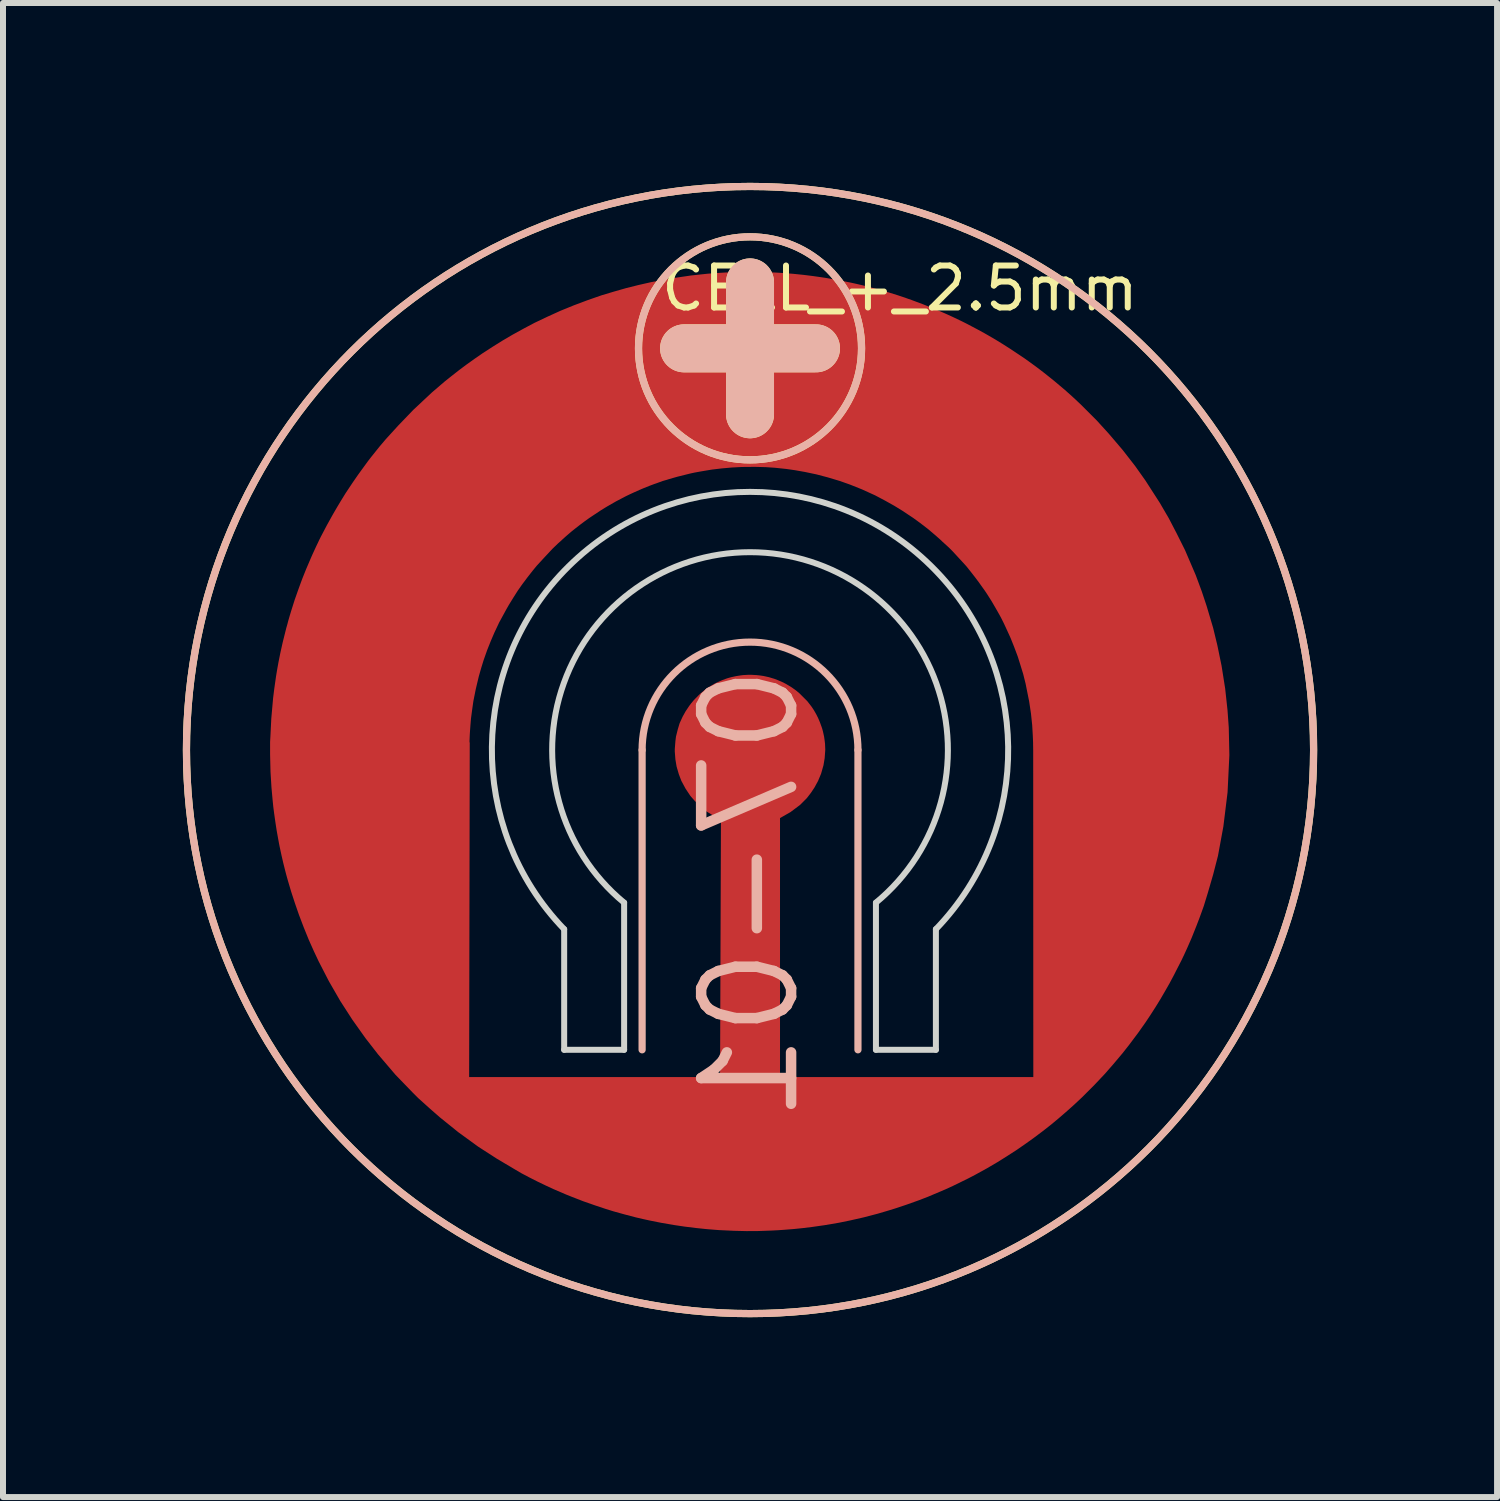
<source format=kicad_pcb>
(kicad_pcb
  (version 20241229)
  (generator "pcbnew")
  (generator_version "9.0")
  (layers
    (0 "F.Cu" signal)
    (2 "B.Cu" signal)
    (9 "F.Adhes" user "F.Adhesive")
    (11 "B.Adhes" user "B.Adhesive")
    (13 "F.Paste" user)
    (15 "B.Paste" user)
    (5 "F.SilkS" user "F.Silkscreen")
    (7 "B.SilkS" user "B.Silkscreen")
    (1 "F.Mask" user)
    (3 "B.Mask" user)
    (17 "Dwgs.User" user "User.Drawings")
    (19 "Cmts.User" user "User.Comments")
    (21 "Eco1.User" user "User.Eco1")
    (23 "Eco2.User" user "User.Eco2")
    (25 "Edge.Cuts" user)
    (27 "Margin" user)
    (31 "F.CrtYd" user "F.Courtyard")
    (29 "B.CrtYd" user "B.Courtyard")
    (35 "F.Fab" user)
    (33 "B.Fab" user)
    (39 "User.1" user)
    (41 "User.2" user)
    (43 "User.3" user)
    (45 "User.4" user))
  (footprint "CELL_+_2.5mm"
    (layer "F.Cu")
    (at 9.46 9.46)
    (property "Reference" "CELL_+_2.5mm" (at 2.5 -7.7 0) (layer "F.SilkS") (effects (font (size 0.7 0.7) (thickness 0.1))))
    (property "Number" "07-01" (at 0 0 0) (layer "F.Fab") (hide yes) (effects (font (size 1.27 1.27) (thickness 0.15))))
    (attr through_hole exclude_from_pos_files exclude_from_bom)
    (fp_line (start -1.1 -6.7) (end 1.1 -6.7) (stroke (width 0.8) (type solid)) (layer "F.SilkS"))
    (fp_line (start 0 -5.6) (end 0 -7.8) (stroke (width 0.8) (type solid)) (layer "F.SilkS"))
    (fp_circle (center 0 -6.7) (end 1.86 -6.7) (stroke (width 0.12) (type solid)) (fill no) (layer "F.SilkS"))
    (fp_circle (center 0 0) (end 9.4 0) (stroke (width 0.12) (type solid)) (fill no) (layer "F.SilkS"))
    (fp_line (start -1.8 0) (end -1.8 5) (stroke (width 0.12) (type solid)) (layer "B.SilkS"))
    (fp_line (start -1.1 -6.7) (end 1.1 -6.7) (stroke (width 0.8) (type solid)) (layer "B.SilkS"))
    (fp_line (start 0 -5.6) (end 0 -7.8) (stroke (width 0.8) (type solid)) (layer "B.SilkS"))
    (fp_line (start 1.8 0) (end 1.8 5) (stroke (width 0.12) (type solid)) (layer "B.SilkS"))
    (fp_arc (start -1.8 0) (mid 0 -1.8) (end 1.8 0) (stroke (width 0.12) (type solid)) (layer "B.SilkS"))
    (fp_circle (center 0 -6.7) (end 1.86 -6.7) (stroke (width 0.12) (type solid)) (fill no) (layer "B.SilkS"))
    (fp_circle (center 0 0) (end 9.4 0) (stroke (width 0.12) (type solid)) (fill no) (layer "B.SilkS"))
    (fp_line (start -3.1 2.988) (end -3.1 5) (stroke (width 0.1) (type solid)) (layer "Edge.Cuts"))
    (fp_line (start -3.1 5) (end -2.1 5) (stroke (width 0.1) (type solid)) (layer "Edge.Cuts"))
    (fp_line (start -2.1 5) (end -2.1 2.546) (stroke (width 0.1) (type solid)) (layer "Edge.Cuts"))
    (fp_line (start 2.1 2.546) (end 2.1 5) (stroke (width 0.1) (type solid)) (layer "Edge.Cuts"))
    (fp_line (start 2.1 5) (end 3.1 5) (stroke (width 0.1) (type solid)) (layer "Edge.Cuts"))
    (fp_line (start 3.1 5) (end 3.1 2.988) (stroke (width 0.1) (type solid)) (layer "Edge.Cuts"))
    (fp_arc (start -3.1 2.9884) (mid 0 -4.305892) (end 3.1 2.9884) (stroke (width 0.1) (type solid)) (layer "Edge.Cuts"))
    (fp_arc (start -2.1 2.5458) (mid 0 -3.300101) (end 2.1 2.5458) (stroke (width 0.1) (type solid)) (layer "Edge.Cuts"))
    (fp_text user "${Number}" (at 0 2.4 90) (unlocked yes) (layer "B.SilkS") (effects (font (size 1.5 1.5) (thickness 0.175)) (justify mirror)))
    (pad "" smd circle (at 0 0) (size 2.5 2.5) (layers "F.Mask"))
    (pad "" smd circle (at 0 0) (size 5.6 5.6) (layers "F.Paste"))
    (pad "1" smd custom (at -0.005 0.095) (size 1 1) (layers "F.Cu") (options (anchor rect)) (primitives (gr_poly (pts (xy 0.11 -1.345) (xy 0.16 -1.34) (xy 0.23 -1.33) (xy 0.32 -1.31) (xy 0.41 -1.283) (xy 0.47 -1.26) (xy 0.54 -1.23) (xy 0.6 -1.2) (xy 0.7 -1.14) (xy 0.77 -1.09) (xy 0.83 -1.04) (xy 0.96 -0.91) (xy 1.03 -0.82) (xy 1.07 -0.76) (xy 1.11 -0.69) (xy 1.14 -0.63) (xy 1.17 -0.56) (xy 1.199 -0.48) (xy 1.209 -0.45) (xy 1.22 -0.41) (xy 1.229 -0.37) (xy 1.24 -0.32) (xy 1.25 -0.25) (xy 1.256 -0.2) (xy 1.258 -0.15) (xy 1.26 -0.1) (xy 1.25 0.04) (xy 1.23 0.16) (xy 1.19 0.3) (xy 1.14 0.42) (xy 1.08 0.53) (xy 1.02 0.62) (xy 0.95 0.71) (xy 0.84 0.82) (xy 0.68 0.94) (xy 0.61 0.98) (xy 0.505 1.04) (xy 0.505 5.36) (xy 4.71 5.36) (xy 5.78 5.335) (xy 5.57 5.56) (xy 5.03 6.085) (xy 4.505 6.46) (xy 3.78 6.91) (xy 3.605 7.01) (xy 2.93 7.31) (xy 2.18 7.56) (xy 1.405 7.735) (xy 0.58 7.835) (xy -0.22 7.86) (xy -1.07 7.785) (xy -1.77 7.66) (xy -2.57 7.435) (xy -3.32 7.135) (xy -3.995 6.785) (xy -4.695 6.335) (xy -5.32 5.835) (xy -5.87 5.36) (xy -0.495 5.36) (xy -0.48 1.06) (xy -0.59 1.01) (xy -0.72 0.93) (xy -0.83 0.84) (xy -0.92 0.75) (xy -0.99 0.67) (xy -1.07 0.55) (xy -1.14 0.42) (xy -1.182 0.31) (xy -1.22 0.18) (xy -1.24 0.06) (xy -1.25 -0.07) (xy -1.25 -0.11) (xy -1.24 -0.24) (xy -1.23 -0.32) (xy -1.2 -0.44) (xy -1.17 -0.54) (xy -1.12 -0.65) (xy -1.07 -0.74) (xy -1.01 -0.83) (xy -0.98 -0.87) (xy -0.93 -0.93) (xy -0.85 -1.011) (xy -0.82 -1.04) (xy -0.76 -1.09) (xy -0.69 -1.14) (xy -0.59 -1.2) (xy -0.53 -1.23) (xy -0.46 -1.26) (xy -0.38 -1.29) (xy -0.31 -1.31) (xy -0.22 -1.329) (xy -0.15 -1.34) (xy -0.11 -1.345) (xy -0.02 -1.35) (xy 0.02 -1.35)) (width 0) (fill yes)) (gr_poly (pts (xy 0.29 -8.065) (xy 0.41 -8.06) (xy 0.5 -8.055) (xy 0.7 -8.04) (xy 0.755 -8.035) (xy 0.9 -8.02) (xy 1.06 -8) (xy 1.2 -7.98) (xy 1.265 -7.97) (xy 1.38 -7.95) (xy 1.49 -7.93) (xy 1.69 -7.89) (xy 1.78 -7.87) (xy 1.845 -7.855) (xy 1.917 -7.838) (xy 2.06 -7.8) (xy 2.17 -7.77) (xy 2.31 -7.73) (xy 2.47 -7.68) (xy 2.59 -7.64) (xy 2.645 -7.62) (xy 2.703 -7.6) (xy 2.756 -7.58) (xy 2.89 -7.53) (xy 3.04 -7.47) (xy 3.125 -7.435) (xy 3.178 -7.412) (xy 3.214 -7.396) (xy 3.267 -7.373) (xy 3.311 -7.353) (xy 3.381 -7.321) (xy 3.53 -7.25) (xy 3.61 -7.21) (xy 3.715 -7.155) (xy 3.8 -7.11) (xy 3.91 -7.05) (xy 3.98 -7.01) (xy 4.1 -6.94) (xy 4.23 -6.86) (xy 4.34 -6.79) (xy 4.58 -6.63) (xy 4.65 -6.58) (xy 4.76 -6.5) (xy 4.84 -6.44) (xy 4.905 -6.39) (xy 4.963 -6.344) (xy 5.08 -6.25) (xy 5.175 -6.17) (xy 5.258 -6.1) (xy 5.37 -6) (xy 5.43 -5.945) (xy 5.53 -5.85) (xy 5.79 -5.59) (xy 5.99 -5.37) (xy 6.22 -5.1) (xy 6.43 -4.83) (xy 6.6 -4.59) (xy 6.839 -4.219) (xy 6.99 -3.96) (xy 7.12 -3.71) (xy 7.26 -3.43) (xy 7.44 -3.01) (xy 7.54 -2.74) (xy 7.62 -2.5) (xy 7.73 -2.13) (xy 7.8 -1.84) (xy 7.87 -1.5) (xy 7.93 -1.12) (xy 7.969 -0.76) (xy 7.99 -0.47) (xy 8 -0.01) (xy 7.97 0.61) (xy 7.9 1.18) (xy 7.81 1.67) (xy 7.73 1.98) (xy 7.64 2.29) (xy 7.574 2.505) (xy 7.54 2.6) (xy 7.5 2.71) (xy 7.45 2.84) (xy 7.37 3.04) (xy 7.3 3.2) (xy 7.25 3.31) (xy 7.2 3.415) (xy 7.11 3.59) (xy 7.08 3.65) (xy 7 3.8) (xy 6.92 3.94) (xy 6.85 4.06) (xy 6.77 4.19) (xy 6.68 4.33) (xy 6.6 4.45) (xy 6.48 4.62) (xy 6.33 4.82) (xy 6.22 4.96) (xy 6.06 5.15) (xy 5.92 5.31) (xy 5.75 5.49) (xy 5.54 5.7) (xy 5.39 5.84) (xy 5.3 5.92) (xy 5.15 6.05) (xy 5.03 6.15) (xy 4.89 6.26) (xy 4.73 6.38) (xy 4.59 6.48) (xy 4.46 6.57) (xy 4.29 6.68) (xy 4.13 6.78) (xy 3.96 6.88) (xy 3.76 6.99) (xy 3.645 7.05) (xy 3.392 7.174) (xy 3.27 7.23) (xy 3.2 7.26) (xy 2.973 7.356) (xy 2.916 7.378) (xy 2.823 7.414) (xy 2.75 7.44) (xy 2.61 7.49) (xy 2.43 7.55) (xy 2.3 7.59) (xy 2.13 7.64) (xy 1.9 7.7) (xy 1.68 7.75) (xy 1.49 7.789) (xy 1.25 7.83) (xy 1.04 7.86) (xy 0.875 7.88) (xy 0.728 7.895) (xy 0.574 7.907) (xy 0.477 7.914) (xy 0.36 7.92) (xy 0.22 7.925) (xy 0.135 7.928) (xy -0.052 7.929) (xy -0.261 7.924) (xy -0.516 7.912) (xy -0.718 7.896) (xy -0.89 7.878) (xy -1.085 7.854) (xy -1.267 7.827) (xy -1.48 7.79) (xy -1.68 7.75) (xy -1.77 7.73) (xy -1.9 7.7) (xy -2.09 7.65) (xy -2.27 7.6) (xy -2.4 7.56) (xy -2.58 7.5) (xy -2.78 7.43) (xy -2.96 7.36) (xy -3.06 7.32) (xy -3.27 7.23) (xy -3.4 7.17) (xy -3.545 7.1) (xy -3.683 7.03) (xy -3.806 6.965) (xy -3.9 6.91) (xy -4.22 6.72) (xy -4.53 6.52) (xy -4.86 6.28) (xy -5.17 6.03) (xy -5.33 5.89) (xy -5.53 5.71) (xy -5.62 5.62) (xy -5.91 5.32) (xy -6.2 4.98) (xy -6.41 4.71) (xy -6.63 4.4) (xy -6.83 4.09) (xy -7.02 3.76) (xy -7.19 3.43) (xy -7.27 3.26) (xy -7.355 3.07) (xy -7.442 2.855) (xy -7.521 2.647) (xy -7.586 2.459) (xy -7.648 2.269) (xy -7.704 2.08) (xy -7.732 1.98) (xy -7.76 1.87) (xy -7.78 1.79) (xy -7.81 1.66) (xy -7.84 1.52) (xy -7.85 1.47) (xy -7.863 1.4) (xy -7.89 1.25) (xy -7.91 1.12) (xy -7.93 0.98) (xy -7.947 0.85) (xy -7.958 0.74) (xy -7.977 0.53) (xy -7.993 0.27) (xy -8 -0.02) (xy -8 -0.23) (xy -7.995 -0.319) (xy -4.686 -0.319) (xy -4.67 -0.21) (xy -4.68 5.36) (xy 4.73 5.36) (xy 4.728 -0.078) (xy 4.726 -0.223) (xy 4.721 -0.343) (xy 4.711 -0.513) (xy 4.691 -0.703) (xy 4.661 -0.903) (xy 4.601 -1.203) (xy 4.561 -1.363) (xy 4.521 -1.493) (xy 4.471 -1.653) (xy 4.411 -1.813) (xy 4.351 -1.963) (xy 4.301 -2.073) (xy 4.241 -2.203) (xy 4.191 -2.303) (xy 4.141 -2.393) (xy 4.101 -2.463) (xy 4.031 -2.583) (xy 3.961 -2.693) (xy 3.921 -2.753) (xy 3.821 -2.893) (xy 3.761 -2.973) (xy 3.691 -3.063) (xy 3.611 -3.163) (xy 3.501 -3.283) (xy 3.381 -3.413) (xy 3.321 -3.473) (xy 3.211 -3.573) (xy 3.191 -3.593) (xy 3.101 -3.673) (xy 2.971 -3.783) (xy 2.841 -3.883) (xy 2.731 -3.963) (xy 2.551 -4.083) (xy 2.421 -4.163) (xy 2.261 -4.253) (xy 2.091 -4.343) (xy 1.871 -4.443) (xy 1.671 -4.523) (xy 1.501 -4.583) (xy 1.301 -4.643) (xy 1.111 -4.693) (xy 0.921 -4.733) (xy 0.751 -4.763) (xy 0.611 -4.783) (xy 0.421 -4.803) (xy 0.271 -4.813) (xy 0.091 -4.818) (xy -0.134 -4.816) (xy -0.299 -4.807) (xy -0.459 -4.793) (xy -0.629 -4.773) (xy -0.809 -4.743) (xy -0.919 -4.723) (xy -0.979 -4.71) (xy -1.009 -4.703) (xy -1.209 -4.653) (xy -1.349 -4.613) (xy -1.379 -4.603) (xy -1.449 -4.583) (xy -1.559 -4.543) (xy -1.589 -4.533) (xy -1.669 -4.503) (xy -1.769 -4.463) (xy -1.839 -4.433) (xy -1.929 -4.393) (xy -1.994 -4.363) (xy -2.067 -4.328) (xy -2.13 -4.295) (xy -2.229 -4.243) (xy -2.369 -4.163) (xy -2.419 -4.133) (xy -2.499 -4.083) (xy -2.679 -3.963) (xy -2.749 -3.913) (xy -2.829 -3.853) (xy -2.919 -3.783) (xy -2.969 -3.743) (xy -3.039 -3.683) (xy -3.079 -3.648) (xy -3.129 -3.603) (xy -3.144 -3.588) (xy -3.192 -3.546) (xy -3.289 -3.453) (xy -3.429 -3.303) (xy -3.549 -3.173) (xy -3.619 -3.088) (xy -3.709 -2.973) (xy -3.799 -2.853) (xy -3.869 -2.753) (xy -3.939 -2.643) (xy -4.019 -2.513) (xy -4.059 -2.443) (xy -4.179 -2.223) (xy -4.259 -2.053) (xy -4.319 -1.913) (xy -4.379 -1.763) (xy -4.439 -1.593) (xy -4.479 -1.463) (xy -4.519 -1.323) (xy -4.569 -1.113) (xy -4.609 -0.913) (xy -4.629 -0.773) (xy -4.649 -0.623) (xy -4.659 -0.503) (xy -4.669 -0.363) (xy -4.674 -0.238) (xy -4.686 -0.319) (xy -7.995 -0.319) (xy -7.98 -0.62) (xy -7.95 -0.96) (xy -7.93 -1.12) (xy -7.9 -1.33) (xy -7.88 -1.45) (xy -7.86 -1.56) (xy -7.83 -1.71) (xy -7.79 -1.89) (xy -7.73 -2.13) (xy -7.71 -2.2) (xy -7.7 -2.24) (xy -7.686 -2.289) (xy -7.68 -2.31) (xy -7.65 -2.41) (xy -7.615 -2.521) (xy -7.59 -2.6) (xy -7.53 -2.77) (xy -7.49 -2.88) (xy -7.46 -2.96) (xy -7.4 -3.11) (xy -7.31 -3.32) (xy -7.29 -3.365) (xy -7.23 -3.495) (xy -7.205 -3.547) (xy -7.183 -3.594) (xy -7.15 -3.66) (xy -7.05 -3.85) (xy -6.95 -4.03) (xy -6.88 -4.15) (xy -6.82 -4.25) (xy -6.74 -4.38) (xy -6.62 -4.56) (xy -6.53 -4.69) (xy -6.37 -4.91) (xy -6.32 -4.975) (xy -6.18 -5.15) (xy -6.07 -5.28) (xy -5.86 -5.51) (xy -5.61 -5.77) (xy -5.3 -6.06) (xy -5.09 -6.24) (xy -4.99 -6.32) (xy -4.85 -6.43) (xy -4.73 -6.52) (xy -4.59 -6.62) (xy -4.46 -6.71) (xy -4.29 -6.82) (xy -4.13 -6.92) (xy -3.96 -7.02) (xy -3.76 -7.13) (xy -3.59 -7.22) (xy -3.38 -7.32) (xy -3.16 -7.42) (xy -2.94 -7.51) (xy -2.7 -7.6) (xy -2.47 -7.68) (xy -2.27 -7.74) (xy -2.06 -7.8) (xy -1.86 -7.85) (xy -1.64 -7.9) (xy -1.32 -7.96) (xy -0.98 -8.01) (xy -0.7 -8.04) (xy -0.57 -8.05) (xy -0.4 -8.06) (xy -0.13 -8.07) (xy 0.03 -8.07)) (width 0) (fill yes))))
    (zone (net_name "") (layers "F.Cu" "B.Cu") (hatch edge 0.508) (connect_pads) (min_thickness 0.254) (filled_areas_thickness no) (keepout (tracks not_allowed) (vias not_allowed) (pads allowed) (copperpour not_allowed) (footprints allowed)) (placement (enabled no)) (fill) (polygon (pts (xy 12.81 9.455) (xy 12.8 9.235) (xy 12.79 9.105) (xy 12.745 8.806) (xy 12.7 8.625) (xy 12.66 8.465) (xy 12.56 8.185) (xy 12.42 7.885) (xy 12.25 7.605) (xy 12.23 7.575) (xy 12.14 7.455) (xy 12.05 7.335) (xy 11.87 7.135) (xy 11.8 7.065) (xy 11.58 6.865) (xy 11.32 6.675) (xy 11.04 6.505) (xy 10.75 6.365) (xy 10.44 6.255) (xy 10.12 6.175) (xy 9.78 6.125) (xy 9.56 6.115) (xy 9.554 6.16) (xy 9.475 8.205) (xy 9.555 8.21) (xy 9.59 8.213) (xy 9.73 8.235) (xy 9.82 8.258) (xy 9.895 8.284) (xy 10.025 8.34) (xy 10.105 8.385) (xy 10.19 8.44) (xy 10.285 8.515) (xy 10.35 8.58) (xy 10.415 8.645) (xy 10.485 8.735) (xy 10.505 8.765) (xy 10.545 8.83) (xy 10.58 8.895) (xy 10.625 8.995) (xy 10.664 9.105) (xy 10.689 9.21) (xy 10.708 9.33) (xy 10.714 9.43) (xy 10.705 9.595) (xy 10.685 9.715) (xy 10.645 9.855) (xy 10.595 9.975) (xy 10.535 10.085) (xy 10.405 10.265) (xy 10.295 10.375) (xy 9.96 10.595) (xy 8.975 10.615) (xy 8.865 10.565) (xy 8.735 10.485) (xy 8.625 10.395) (xy 8.535 10.305) (xy 8.465 10.225) (xy 8.425 10.165) (xy 8.385 10.105) (xy 8.36 10.06) (xy 8.315 9.975) (xy 8.273 9.865) (xy 8.254 9.8) (xy 8.235 9.735) (xy 8.224 9.666) (xy 8.215 9.615) (xy 8.205 9.485) (xy 8.205 9.445) (xy 8.215 9.315) (xy 8.225 9.235) (xy 8.255 9.115) (xy 8.285 9.015) (xy 8.335 8.905) (xy 8.385 8.815) (xy 8.46 8.705) (xy 8.525 8.625) (xy 8.565 8.585) (xy 8.635 8.515) (xy 8.695 8.465) (xy 8.765 8.415) (xy 8.865 8.355) (xy 8.96 8.31) (xy 9.075 8.265) (xy 9.19 8.235) (xy 9.305 8.215) (xy 9.39 8.208) (xy 9.36 6.115) (xy 9.13 6.125) (xy 8.8 6.175) (xy 8.48 6.255) (xy 8.18 6.365) (xy 7.88 6.505) (xy 7.6 6.675) (xy 7.34 6.865) (xy 7.07 7.115) (xy 6.87 7.335) (xy 6.67 7.605) (xy 6.5 7.885) (xy 6.36 8.185) (xy 6.25 8.495) (xy 6.17 8.825) (xy 6.126 9.124) (xy 6.11 9.445) (xy 6.11 14.955) (xy 12.81 14.955)))))
  (gr_rect
    (start -3 -3)
    (end 21.92 21.92)
    (stroke (width 0.1) (type default))
    (fill no)
    (layer "Edge.Cuts")))
</source>
